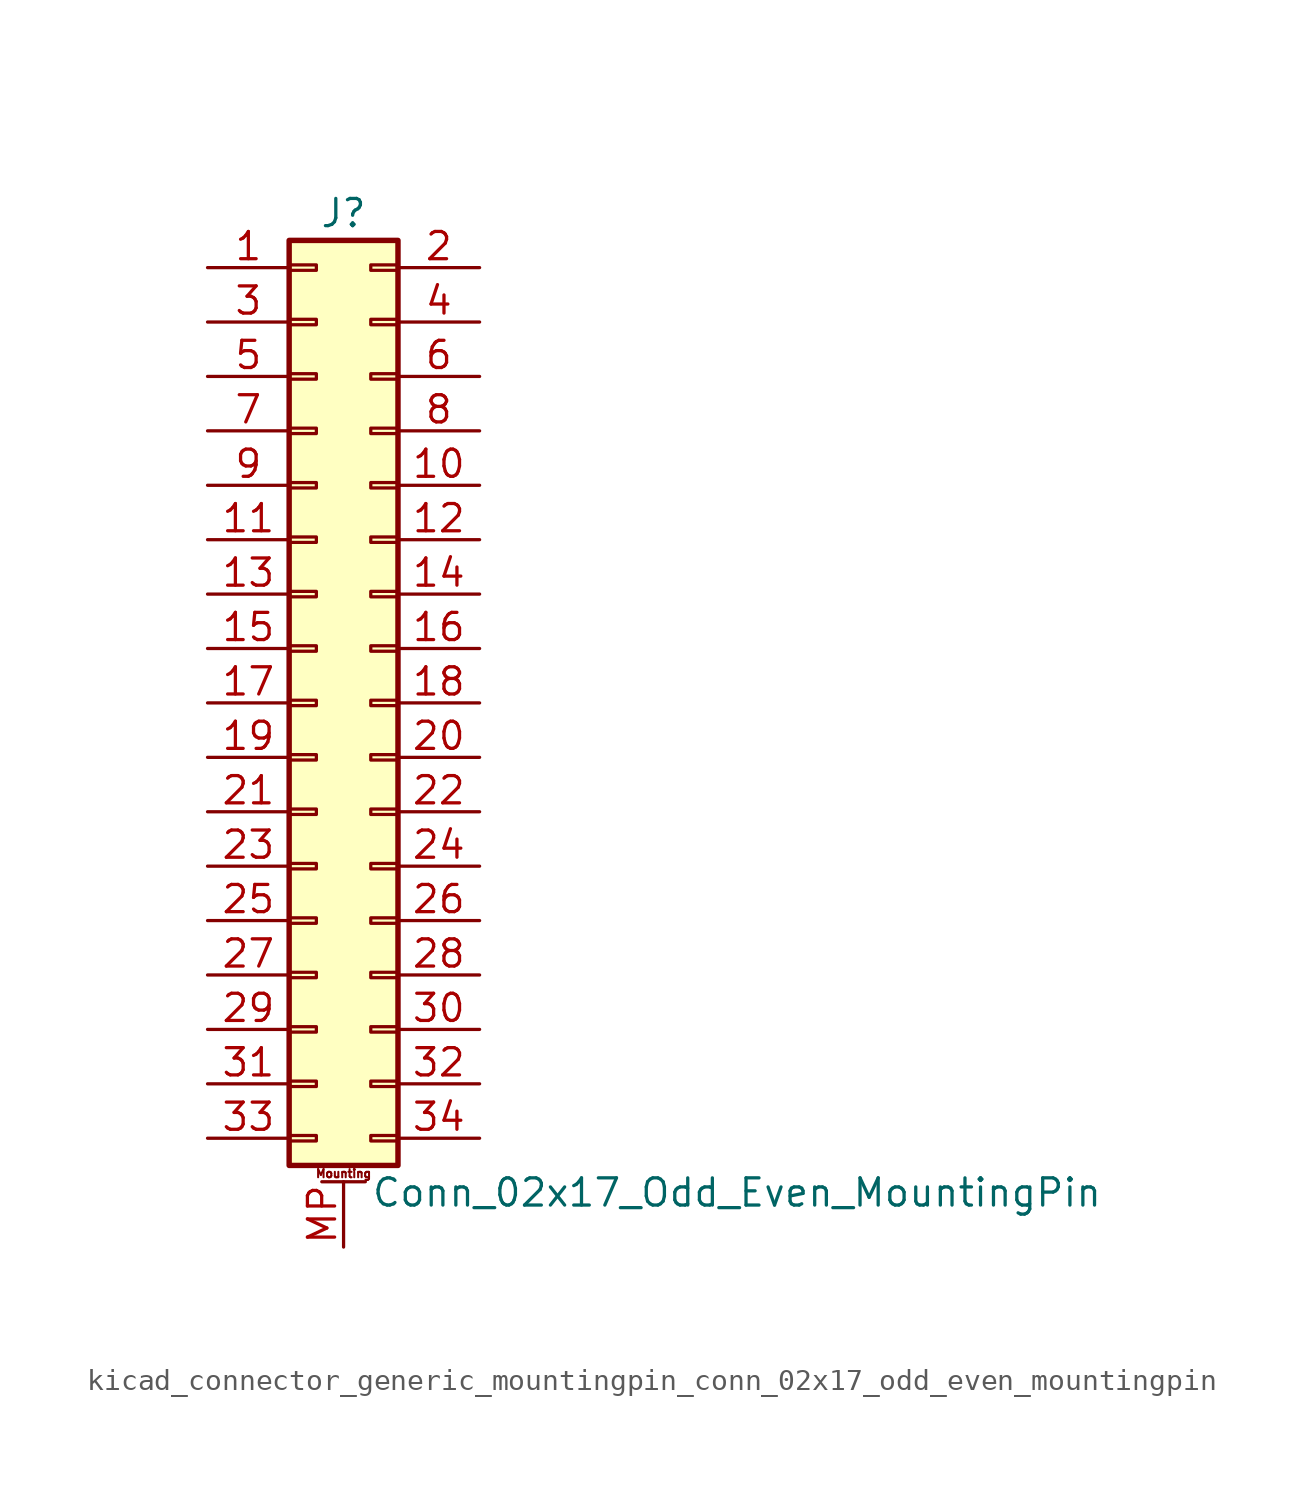
<source format=kicad_sym>
(kicad_symbol_lib
  (version 20220914)
  (generator kicad_symbol_editor)
  (symbol "kicad_connector_generic_mountingpin_conn_02x17_odd_even_mountingpin"
    (pin_names
      (offset 1.016) hide)
    (property "Reference" "J"
      (at 1.27 22.86 0)
      (effects (font (size 1.27 1.27))))
    (property "Value" "Conn_02x17_Odd_Even_MountingPin"
      (at 2.54 -22.86 0)
      (effects (font (size 1.27 1.27)) (justify left)))
    (symbol "kicad_connector_generic_mountingpin_conn_02x17_odd_even_mountingpin_1_1"
      (rectangle (start -1.27 -20.193) (end 0 -20.447) (stroke (width 0.152) (type default)) (fill (type none)))
      (rectangle (start -1.27 -17.653) (end 0 -17.907) (stroke (width 0.152) (type default)) (fill (type none)))
      (rectangle (start -1.27 -15.113) (end 0 -15.367) (stroke (width 0.152) (type default)) (fill (type none)))
      (rectangle (start -1.27 -12.573) (end 0 -12.827) (stroke (width 0.152) (type default)) (fill (type none)))
      (rectangle (start -1.27 -10.033) (end 0 -10.287) (stroke (width 0.152) (type default)) (fill (type none)))
      (rectangle (start -1.27 -7.493) (end 0 -7.747) (stroke (width 0.152) (type default)) (fill (type none)))
      (rectangle (start -1.27 -4.953) (end 0 -5.207) (stroke (width 0.152) (type default)) (fill (type none)))
      (rectangle (start -1.27 -2.413) (end 0 -2.667) (stroke (width 0.152) (type default)) (fill (type none)))
      (rectangle (start -1.27 0.127) (end 0 -0.127) (stroke (width 0.152) (type default)) (fill (type none)))
      (rectangle (start -1.27 2.667) (end 0 2.413) (stroke (width 0.152) (type default)) (fill (type none)))
      (rectangle (start -1.27 5.207) (end 0 4.953) (stroke (width 0.152) (type default)) (fill (type none)))
      (rectangle (start -1.27 7.747) (end 0 7.493) (stroke (width 0.152) (type default)) (fill (type none)))
      (rectangle (start -1.27 10.287) (end 0 10.033) (stroke (width 0.152) (type default)) (fill (type none)))
      (rectangle (start -1.27 12.827) (end 0 12.573) (stroke (width 0.152) (type default)) (fill (type none)))
      (rectangle (start -1.27 15.367) (end 0 15.113) (stroke (width 0.152) (type default)) (fill (type none)))
      (rectangle (start -1.27 17.907) (end 0 17.653) (stroke (width 0.152) (type default)) (fill (type none)))
      (rectangle (start -1.27 20.447) (end 0 20.193) (stroke (width 0.152) (type default)) (fill (type none)))
      (rectangle (start -1.27 21.59) (end 3.81 -21.59) (stroke (width 0.254) (type default)) (fill (type background)))
      (polyline (pts (xy 0.254 -22.352) (xy 2.286 -22.352)) (stroke (width 0.152) (type default)) (fill (type none)))
      (rectangle (start 3.81 -20.193) (end 2.54 -20.447) (stroke (width 0.152) (type default)) (fill (type none)))
      (rectangle (start 3.81 -17.653) (end 2.54 -17.907) (stroke (width 0.152) (type default)) (fill (type none)))
      (rectangle (start 3.81 -15.113) (end 2.54 -15.367) (stroke (width 0.152) (type default)) (fill (type none)))
      (rectangle (start 3.81 -12.573) (end 2.54 -12.827) (stroke (width 0.152) (type default)) (fill (type none)))
      (rectangle (start 3.81 -10.033) (end 2.54 -10.287) (stroke (width 0.152) (type default)) (fill (type none)))
      (rectangle (start 3.81 -7.493) (end 2.54 -7.747) (stroke (width 0.152) (type default)) (fill (type none)))
      (rectangle (start 3.81 -4.953) (end 2.54 -5.207) (stroke (width 0.152) (type default)) (fill (type none)))
      (rectangle (start 3.81 -2.413) (end 2.54 -2.667) (stroke (width 0.152) (type default)) (fill (type none)))
      (rectangle (start 3.81 0.127) (end 2.54 -0.127) (stroke (width 0.152) (type default)) (fill (type none)))
      (rectangle (start 3.81 2.667) (end 2.54 2.413) (stroke (width 0.152) (type default)) (fill (type none)))
      (rectangle (start 3.81 5.207) (end 2.54 4.953) (stroke (width 0.152) (type default)) (fill (type none)))
      (rectangle (start 3.81 7.747) (end 2.54 7.493) (stroke (width 0.152) (type default)) (fill (type none)))
      (rectangle (start 3.81 10.287) (end 2.54 10.033) (stroke (width 0.152) (type default)) (fill (type none)))
      (rectangle (start 3.81 12.827) (end 2.54 12.573) (stroke (width 0.152) (type default)) (fill (type none)))
      (rectangle (start 3.81 15.367) (end 2.54 15.113) (stroke (width 0.152) (type default)) (fill (type none)))
      (rectangle (start 3.81 17.907) (end 2.54 17.653) (stroke (width 0.152) (type default)) (fill (type none)))
      (rectangle (start 3.81 20.447) (end 2.54 20.193) (stroke (width 0.152) (type default)) (fill (type none)))
      (text "Mounting" (at 1.27 -21.971 0) (effects (font (size 0.381 0.381))))
      (pin passive line (at -5.08 20.32 0) (length 3.81) (name "Pin_1" (effects (font (size 1.27 1.27)))) (number "1" (effects (font (size 1.27 1.27)))))
      (pin passive line (at 7.62 10.16 180) (length 3.81) (name "Pin_10" (effects (font (size 1.27 1.27)))) (number "10" (effects (font (size 1.27 1.27)))))
      (pin passive line (at -5.08 7.62 0) (length 3.81) (name "Pin_11" (effects (font (size 1.27 1.27)))) (number "11" (effects (font (size 1.27 1.27)))))
      (pin passive line (at 7.62 7.62 180) (length 3.81) (name "Pin_12" (effects (font (size 1.27 1.27)))) (number "12" (effects (font (size 1.27 1.27)))))
      (pin passive line (at -5.08 5.08 0) (length 3.81) (name "Pin_13" (effects (font (size 1.27 1.27)))) (number "13" (effects (font (size 1.27 1.27)))))
      (pin passive line (at 7.62 5.08 180) (length 3.81) (name "Pin_14" (effects (font (size 1.27 1.27)))) (number "14" (effects (font (size 1.27 1.27)))))
      (pin passive line (at -5.08 2.54 0) (length 3.81) (name "Pin_15" (effects (font (size 1.27 1.27)))) (number "15" (effects (font (size 1.27 1.27)))))
      (pin passive line (at 7.62 2.54 180) (length 3.81) (name "Pin_16" (effects (font (size 1.27 1.27)))) (number "16" (effects (font (size 1.27 1.27)))))
      (pin passive line (at -5.08 0 0) (length 3.81) (name "Pin_17" (effects (font (size 1.27 1.27)))) (number "17" (effects (font (size 1.27 1.27)))))
      (pin passive line (at 7.62 0 180) (length 3.81) (name "Pin_18" (effects (font (size 1.27 1.27)))) (number "18" (effects (font (size 1.27 1.27)))))
      (pin passive line (at -5.08 -2.54 0) (length 3.81) (name "Pin_19" (effects (font (size 1.27 1.27)))) (number "19" (effects (font (size 1.27 1.27)))))
      (pin passive line (at 7.62 20.32 180) (length 3.81) (name "Pin_2" (effects (font (size 1.27 1.27)))) (number "2" (effects (font (size 1.27 1.27)))))
      (pin passive line (at 7.62 -2.54 180) (length 3.81) (name "Pin_20" (effects (font (size 1.27 1.27)))) (number "20" (effects (font (size 1.27 1.27)))))
      (pin passive line (at -5.08 -5.08 0) (length 3.81) (name "Pin_21" (effects (font (size 1.27 1.27)))) (number "21" (effects (font (size 1.27 1.27)))))
      (pin passive line (at 7.62 -5.08 180) (length 3.81) (name "Pin_22" (effects (font (size 1.27 1.27)))) (number "22" (effects (font (size 1.27 1.27)))))
      (pin passive line (at -5.08 -7.62 0) (length 3.81) (name "Pin_23" (effects (font (size 1.27 1.27)))) (number "23" (effects (font (size 1.27 1.27)))))
      (pin passive line (at 7.62 -7.62 180) (length 3.81) (name "Pin_24" (effects (font (size 1.27 1.27)))) (number "24" (effects (font (size 1.27 1.27)))))
      (pin passive line (at -5.08 -10.16 0) (length 3.81) (name "Pin_25" (effects (font (size 1.27 1.27)))) (number "25" (effects (font (size 1.27 1.27)))))
      (pin passive line (at 7.62 -10.16 180) (length 3.81) (name "Pin_26" (effects (font (size 1.27 1.27)))) (number "26" (effects (font (size 1.27 1.27)))))
      (pin passive line (at -5.08 -12.7 0) (length 3.81) (name "Pin_27" (effects (font (size 1.27 1.27)))) (number "27" (effects (font (size 1.27 1.27)))))
      (pin passive line (at 7.62 -12.7 180) (length 3.81) (name "Pin_28" (effects (font (size 1.27 1.27)))) (number "28" (effects (font (size 1.27 1.27)))))
      (pin passive line (at -5.08 -15.24 0) (length 3.81) (name "Pin_29" (effects (font (size 1.27 1.27)))) (number "29" (effects (font (size 1.27 1.27)))))
      (pin passive line (at -5.08 17.78 0) (length 3.81) (name "Pin_3" (effects (font (size 1.27 1.27)))) (number "3" (effects (font (size 1.27 1.27)))))
      (pin passive line (at 7.62 -15.24 180) (length 3.81) (name "Pin_30" (effects (font (size 1.27 1.27)))) (number "30" (effects (font (size 1.27 1.27)))))
      (pin passive line (at -5.08 -17.78 0) (length 3.81) (name "Pin_31" (effects (font (size 1.27 1.27)))) (number "31" (effects (font (size 1.27 1.27)))))
      (pin passive line (at 7.62 -17.78 180) (length 3.81) (name "Pin_32" (effects (font (size 1.27 1.27)))) (number "32" (effects (font (size 1.27 1.27)))))
      (pin passive line (at -5.08 -20.32 0) (length 3.81) (name "Pin_33" (effects (font (size 1.27 1.27)))) (number "33" (effects (font (size 1.27 1.27)))))
      (pin passive line (at 7.62 -20.32 180) (length 3.81) (name "Pin_34" (effects (font (size 1.27 1.27)))) (number "34" (effects (font (size 1.27 1.27)))))
      (pin passive line (at 7.62 17.78 180) (length 3.81) (name "Pin_4" (effects (font (size 1.27 1.27)))) (number "4" (effects (font (size 1.27 1.27)))))
      (pin passive line (at -5.08 15.24 0) (length 3.81) (name "Pin_5" (effects (font (size 1.27 1.27)))) (number "5" (effects (font (size 1.27 1.27)))))
      (pin passive line (at 7.62 15.24 180) (length 3.81) (name "Pin_6" (effects (font (size 1.27 1.27)))) (number "6" (effects (font (size 1.27 1.27)))))
      (pin passive line (at -5.08 12.7 0) (length 3.81) (name "Pin_7" (effects (font (size 1.27 1.27)))) (number "7" (effects (font (size 1.27 1.27)))))
      (pin passive line (at 7.62 12.7 180) (length 3.81) (name "Pin_8" (effects (font (size 1.27 1.27)))) (number "8" (effects (font (size 1.27 1.27)))))
      (pin passive line (at -5.08 10.16 0) (length 3.81) (name "Pin_9" (effects (font (size 1.27 1.27)))) (number "9" (effects (font (size 1.27 1.27)))))
      (pin passive line (at 1.27 -25.4 90) (length 3.048) (name "MountPin" (effects (font (size 1.27 1.27)))) (number "MP" (effects (font (size 1.27 1.27))))))))
</source>
